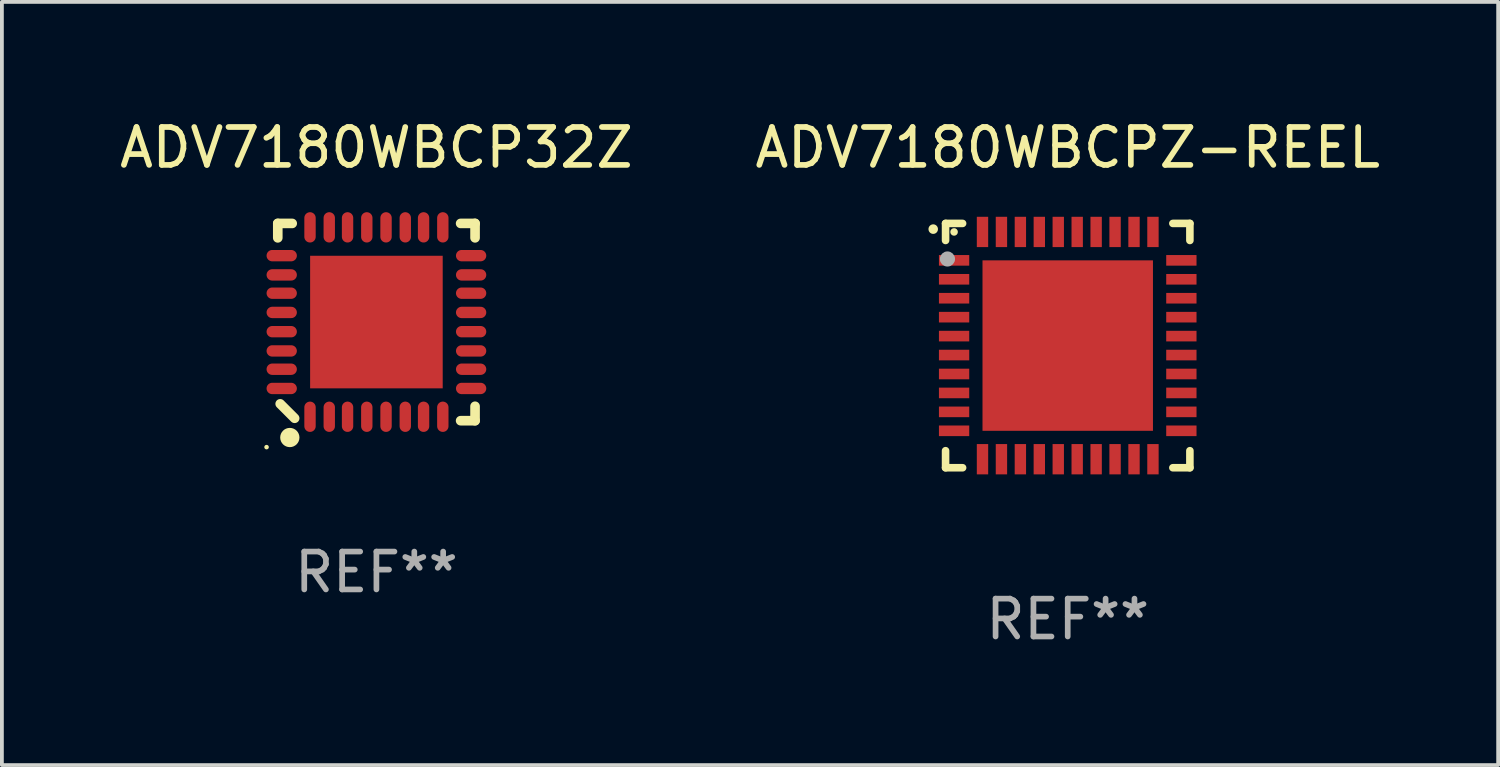
<source format=kicad_pcb>
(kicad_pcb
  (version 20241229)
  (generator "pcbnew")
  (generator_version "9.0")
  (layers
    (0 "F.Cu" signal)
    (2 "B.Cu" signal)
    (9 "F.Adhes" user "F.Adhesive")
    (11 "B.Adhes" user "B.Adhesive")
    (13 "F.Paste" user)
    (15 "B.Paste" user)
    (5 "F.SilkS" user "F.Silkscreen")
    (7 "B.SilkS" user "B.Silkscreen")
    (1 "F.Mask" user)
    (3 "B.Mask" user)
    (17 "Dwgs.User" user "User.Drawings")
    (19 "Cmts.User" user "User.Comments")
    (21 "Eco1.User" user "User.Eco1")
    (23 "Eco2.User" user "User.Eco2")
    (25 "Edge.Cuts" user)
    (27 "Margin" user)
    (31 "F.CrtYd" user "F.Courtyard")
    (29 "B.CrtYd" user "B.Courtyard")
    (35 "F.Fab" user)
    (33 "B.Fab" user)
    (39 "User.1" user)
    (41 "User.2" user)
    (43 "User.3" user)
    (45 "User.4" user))
  (footprint "ADV7180WBCPZ-REEL"
    (layer "F.Cu")
    (at 25.137 6.073)
    (property "Reference" "ADV7180WBCPZ-REEL" (at 0 -5.225 0) (layer "F.SilkS") (effects (font (size 1 1) (thickness 0.15))))
    (attr through_hole)
    (fp_line (start -3.225 -3.225) (end -2.775 -3.225) (stroke (width 0.2) (type solid)) (layer "F.SilkS"))
    (fp_line (start -3.225 -2.775) (end -3.225 -3.225) (stroke (width 0.2) (type solid)) (layer "F.SilkS"))
    (fp_line (start -3.225 2.775) (end -3.225 3.225) (stroke (width 0.2) (type solid)) (layer "F.SilkS"))
    (fp_line (start -3.225 3.225) (end -2.775 3.225) (stroke (width 0.2) (type solid)) (layer "F.SilkS"))
    (fp_line (start 2.775 -3.225) (end 3.225 -3.225) (stroke (width 0.2) (type solid)) (layer "F.SilkS"))
    (fp_line (start 2.775 3.225) (end 3.225 3.225) (stroke (width 0.2) (type solid)) (layer "F.SilkS"))
    (fp_line (start 3.225 -3.225) (end 3.225 -2.775) (stroke (width 0.2) (type solid)) (layer "F.SilkS"))
    (fp_line (start 3.225 3.225) (end 3.225 2.775) (stroke (width 0.2) (type solid)) (layer "F.SilkS"))
    (fp_arc (start -3.55094 -3.073406) (mid -3.550946 -3.074676) (end -3.55094 -3.075946) (stroke (width 0.25) (type solid)) (layer "F.SilkS"))
    (fp_circle (center -3 -3) (end -2.95 -3) (stroke (width 0.1) (type solid)) (fill no) (layer "F.SilkS"))
    (fp_circle (center -3.175 -2.286) (end -3.075 -2.286) (stroke (width 0.2) (type solid)) (fill no) (layer "F.Fab"))
    (fp_text user "REF**" (at 0 7.225 0) (layer "F.Fab") (effects (font (size 1 1) (thickness 0.15))))
    (pad "1" smd rect (at -3 -2.25) (size 0.8 0.28) (layers "F.Cu" "F.Mask" "F.Paste"))
    (pad "2" smd rect (at -3 -1.75) (size 0.8 0.28) (layers "F.Cu" "F.Mask" "F.Paste"))
    (pad "3" smd rect (at -3 -1.25) (size 0.8 0.28) (layers "F.Cu" "F.Mask" "F.Paste"))
    (pad "4" smd rect (at -3 -0.75) (size 0.8 0.28) (layers "F.Cu" "F.Mask" "F.Paste"))
    (pad "5" smd rect (at -3 -0.25) (size 0.8 0.28) (layers "F.Cu" "F.Mask" "F.Paste"))
    (pad "6" smd rect (at -3 0.25) (size 0.8 0.28) (layers "F.Cu" "F.Mask" "F.Paste"))
    (pad "7" smd rect (at -3 0.75) (size 0.8 0.28) (layers "F.Cu" "F.Mask" "F.Paste"))
    (pad "8" smd rect (at -3 1.25) (size 0.8 0.28) (layers "F.Cu" "F.Mask" "F.Paste"))
    (pad "9" smd rect (at -3 1.75) (size 0.8 0.28) (layers "F.Cu" "F.Mask" "F.Paste"))
    (pad "10" smd rect (at -3 2.25) (size 0.8 0.28) (layers "F.Cu" "F.Mask" "F.Paste"))
    (pad "11" smd rect (at -2.25 3) (size 0.3 0.8) (layers "F.Cu" "F.Mask" "F.Paste"))
    (pad "12" smd rect (at -1.75 3) (size 0.3 0.8) (layers "F.Cu" "F.Mask" "F.Paste"))
    (pad "13" smd rect (at -1.25 3) (size 0.3 0.8) (layers "F.Cu" "F.Mask" "F.Paste"))
    (pad "14" smd rect (at -0.75 3) (size 0.3 0.8) (layers "F.Cu" "F.Mask" "F.Paste"))
    (pad "15" smd rect (at -0.25 3) (size 0.3 0.8) (layers "F.Cu" "F.Mask" "F.Paste"))
    (pad "16" smd rect (at 0.25 3) (size 0.3 0.8) (layers "F.Cu" "F.Mask" "F.Paste"))
    (pad "17" smd rect (at 0.75 3) (size 0.3 0.8) (layers "F.Cu" "F.Mask" "F.Paste"))
    (pad "18" smd rect (at 1.25 3) (size 0.3 0.8) (layers "F.Cu" "F.Mask" "F.Paste"))
    (pad "19" smd rect (at 1.75 3) (size 0.3 0.8) (layers "F.Cu" "F.Mask" "F.Paste"))
    (pad "20" smd rect (at 2.25 3) (size 0.3 0.8) (layers "F.Cu" "F.Mask" "F.Paste"))
    (pad "21" smd rect (at 3 2.25) (size 0.8 0.28) (layers "F.Cu" "F.Mask" "F.Paste"))
    (pad "22" smd rect (at 3 1.75) (size 0.8 0.28) (layers "F.Cu" "F.Mask" "F.Paste"))
    (pad "23" smd rect (at 3 1.25) (size 0.8 0.28) (layers "F.Cu" "F.Mask" "F.Paste"))
    (pad "24" smd rect (at 3 0.75) (size 0.8 0.28) (layers "F.Cu" "F.Mask" "F.Paste"))
    (pad "25" smd rect (at 3 0.25) (size 0.8 0.28) (layers "F.Cu" "F.Mask" "F.Paste"))
    (pad "26" smd rect (at 3 -0.25) (size 0.8 0.28) (layers "F.Cu" "F.Mask" "F.Paste"))
    (pad "27" smd rect (at 3 -0.75) (size 0.8 0.28) (layers "F.Cu" "F.Mask" "F.Paste"))
    (pad "28" smd rect (at 3 -1.25) (size 0.8 0.28) (layers "F.Cu" "F.Mask" "F.Paste"))
    (pad "29" smd rect (at 3 -1.75) (size 0.8 0.28) (layers "F.Cu" "F.Mask" "F.Paste"))
    (pad "30" smd rect (at 3 -2.25) (size 0.8 0.28) (layers "F.Cu" "F.Mask" "F.Paste"))
    (pad "31" smd rect (at 2.25 -3) (size 0.3 0.8) (layers "F.Cu" "F.Mask" "F.Paste"))
    (pad "32" smd rect (at 1.75 -3) (size 0.3 0.8) (layers "F.Cu" "F.Mask" "F.Paste"))
    (pad "33" smd rect (at 1.25 -3) (size 0.3 0.8) (layers "F.Cu" "F.Mask" "F.Paste"))
    (pad "34" smd rect (at 0.75 -3) (size 0.3 0.8) (layers "F.Cu" "F.Mask" "F.Paste"))
    (pad "35" smd rect (at 0.25 -3) (size 0.3 0.8) (layers "F.Cu" "F.Mask" "F.Paste"))
    (pad "36" smd rect (at -0.25 -3) (size 0.3 0.8) (layers "F.Cu" "F.Mask" "F.Paste"))
    (pad "37" smd rect (at -0.75 -3) (size 0.3 0.8) (layers "F.Cu" "F.Mask" "F.Paste"))
    (pad "38" smd rect (at -1.25 -3) (size 0.3 0.8) (layers "F.Cu" "F.Mask" "F.Paste"))
    (pad "39" smd rect (at -1.75 -3) (size 0.3 0.8) (layers "F.Cu" "F.Mask" "F.Paste"))
    (pad "40" smd rect (at -2.25 -3) (size 0.3 0.8) (layers "F.Cu" "F.Mask" "F.Paste"))
    (pad "41" smd rect (at -0.000013 0) (size 4.5 4.5) (layers "F.Cu" "F.Mask" "F.Paste")))
  (footprint "ADV7180WBCP32Z"
    (layer "F.Cu")
    (at 6.887 5.452)
    (property "Reference" "ADV7180WBCP32Z" (at 0 -4.604 0) (layer "F.SilkS") (effects (font (size 1 1) (thickness 0.15))))
    (attr through_hole)
    (fp_line (start -2.604 -2.604) (end -2.604 -2.223) (stroke (width 0.254) (type solid)) (layer "F.SilkS"))
    (fp_line (start -2.54 2.159) (end -2.159 2.54) (stroke (width 0.254) (type solid)) (layer "F.SilkS"))
    (fp_line (start -2.223 -2.604) (end -2.604 -2.604) (stroke (width 0.254) (type solid)) (layer "F.SilkS"))
    (fp_line (start 2.223 2.604) (end 2.604 2.604) (stroke (width 0.254) (type solid)) (layer "F.SilkS"))
    (fp_line (start 2.604 -2.604) (end 2.223 -2.604) (stroke (width 0.254) (type solid)) (layer "F.SilkS"))
    (fp_line (start 2.604 -2.223) (end 2.604 -2.604) (stroke (width 0.254) (type solid)) (layer "F.SilkS"))
    (fp_line (start 2.604 2.604) (end 2.604 2.223) (stroke (width 0.254) (type solid)) (layer "F.SilkS"))
    (fp_circle (center -2.9 3.302) (end -2.87 3.302) (stroke (width 0.06) (type solid)) (fill no) (layer "F.SilkS"))
    (fp_circle (center -2.286 3.048) (end -2.159 3.048) (stroke (width 0.254) (type solid)) (fill no) (layer "F.SilkS"))
    (fp_text user "REF**" (at 0 6.604 0) (layer "F.Fab") (effects (font (size 1 1) (thickness 0.15))))
    (pad "1" smd oval (at -1.753 2.5 90) (size 0.8 0.3) (layers "F.Cu" "F.Mask" "F.Paste"))
    (pad "2" smd oval (at -1.245 2.5 90) (size 0.8 0.3) (layers "F.Cu" "F.Mask" "F.Paste"))
    (pad "3" smd oval (at -0.762 2.5 90) (size 0.8 0.3) (layers "F.Cu" "F.Mask" "F.Paste"))
    (pad "4" smd oval (at -0.254 2.5 90) (size 0.8 0.3) (layers "F.Cu" "F.Mask" "F.Paste"))
    (pad "5" smd oval (at 0.254 2.5 90) (size 0.8 0.3) (layers "F.Cu" "F.Mask" "F.Paste"))
    (pad "6" smd oval (at 0.762 2.5 90) (size 0.8 0.3) (layers "F.Cu" "F.Mask" "F.Paste"))
    (pad "7" smd oval (at 1.245 2.5 90) (size 0.8 0.3) (layers "F.Cu" "F.Mask" "F.Paste"))
    (pad "8" smd oval (at 1.753 2.5 90) (size 0.8 0.3) (layers "F.Cu" "F.Mask" "F.Paste"))
    (pad "9" smd oval (at 2.5 1.753 180) (size 0.8 0.3) (layers "F.Cu" "F.Mask" "F.Paste"))
    (pad "10" smd oval (at 2.5 1.245 180) (size 0.8 0.3) (layers "F.Cu" "F.Mask" "F.Paste"))
    (pad "11" smd oval (at 2.5 0.762 180) (size 0.8 0.3) (layers "F.Cu" "F.Mask" "F.Paste"))
    (pad "12" smd oval (at 2.5 0.254 180) (size 0.8 0.3) (layers "F.Cu" "F.Mask" "F.Paste"))
    (pad "13" smd oval (at 2.5 -0.254 180) (size 0.8 0.3) (layers "F.Cu" "F.Mask" "F.Paste"))
    (pad "14" smd oval (at 2.5 -0.762 180) (size 0.8 0.3) (layers "F.Cu" "F.Mask" "F.Paste"))
    (pad "15" smd oval (at 2.5 -1.245 180) (size 0.8 0.3) (layers "F.Cu" "F.Mask" "F.Paste"))
    (pad "16" smd oval (at 2.5 -1.753 180) (size 0.8 0.3) (layers "F.Cu" "F.Mask" "F.Paste"))
    (pad "17" smd oval (at 1.753 -2.5 270) (size 0.8 0.3) (layers "F.Cu" "F.Mask" "F.Paste"))
    (pad "18" smd oval (at 1.245 -2.5 270) (size 0.8 0.3) (layers "F.Cu" "F.Mask" "F.Paste"))
    (pad "19" smd oval (at 0.762 -2.5 270) (size 0.8 0.3) (layers "F.Cu" "F.Mask" "F.Paste"))
    (pad "20" smd oval (at 0.254 -2.5 270) (size 0.8 0.3) (layers "F.Cu" "F.Mask" "F.Paste"))
    (pad "21" smd oval (at -0.254 -2.5 270) (size 0.8 0.3) (layers "F.Cu" "F.Mask" "F.Paste"))
    (pad "22" smd oval (at -0.762 -2.5 270) (size 0.8 0.3) (layers "F.Cu" "F.Mask" "F.Paste"))
    (pad "23" smd oval (at -1.245 -2.5 270) (size 0.8 0.3) (layers "F.Cu" "F.Mask" "F.Paste"))
    (pad "24" smd oval (at -1.753 -2.5 270) (size 0.8 0.3) (layers "F.Cu" "F.Mask" "F.Paste"))
    (pad "25" smd oval (at -2.5 -1.753) (size 0.8 0.3) (layers "F.Cu" "F.Mask" "F.Paste"))
    (pad "26" smd oval (at -2.5 -1.245) (size 0.8 0.3) (layers "F.Cu" "F.Mask" "F.Paste"))
    (pad "27" smd oval (at -2.5 -0.762) (size 0.8 0.3) (layers "F.Cu" "F.Mask" "F.Paste"))
    (pad "28" smd oval (at -2.5 -0.254) (size 0.8 0.3) (layers "F.Cu" "F.Mask" "F.Paste"))
    (pad "29" smd oval (at -2.5 0.254) (size 0.8 0.3) (layers "F.Cu" "F.Mask" "F.Paste"))
    (pad "30" smd oval (at -2.5 0.762) (size 0.8 0.3) (layers "F.Cu" "F.Mask" "F.Paste"))
    (pad "31" smd oval (at -2.5 1.245) (size 0.8 0.3) (layers "F.Cu" "F.Mask" "F.Paste"))
    (pad "32" smd oval (at -2.5 1.753) (size 0.8 0.3) (layers "F.Cu" "F.Mask" "F.Paste"))
    (pad "33" smd rect (at 0 -0.000025 90) (size 3.5 3.5) (layers "F.Cu" "F.Mask" "F.Paste")))
  (gr_rect
    (start -3 -3)
    (end 36.5 17.147)
    (stroke (width 0.1) (type default))
    (fill no)
    (layer "Edge.Cuts")))
</source>
